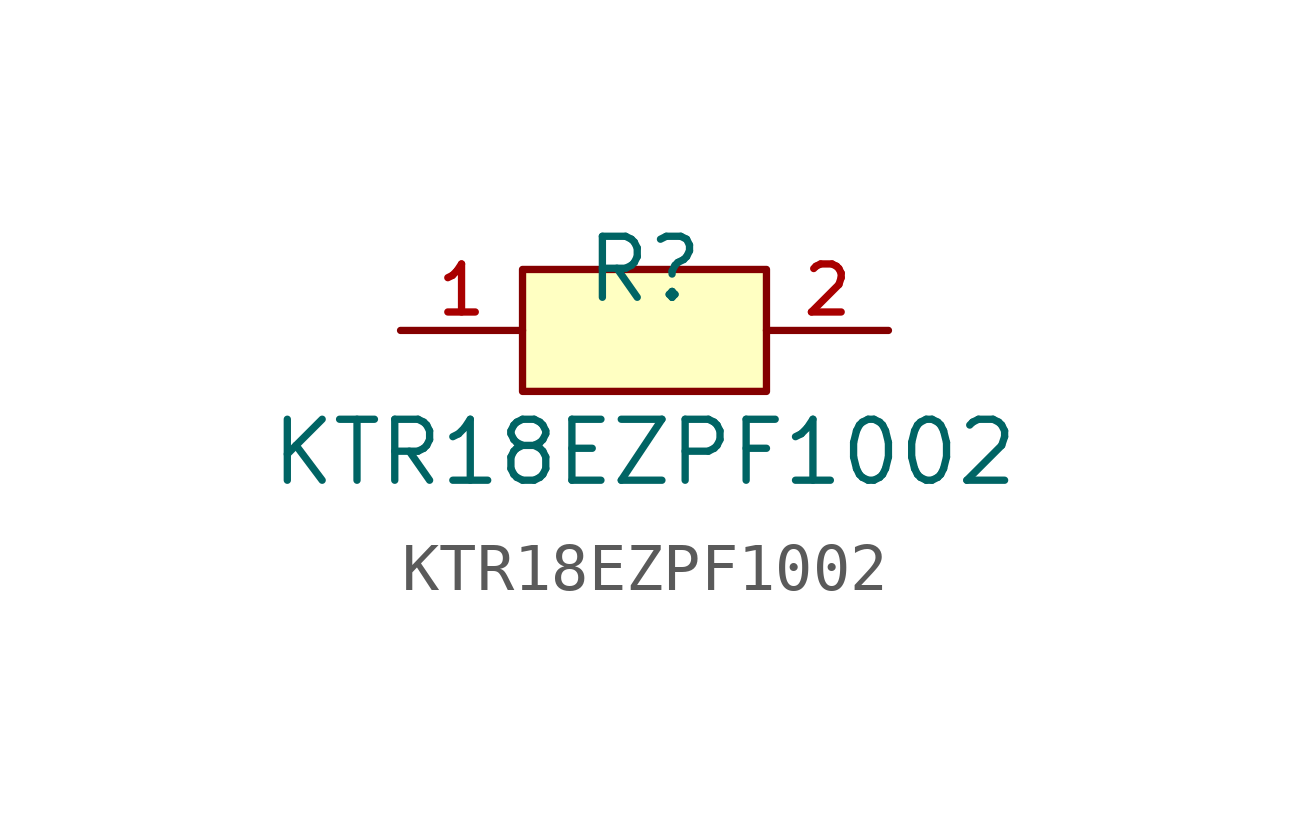
<source format=kicad_sym>
(kicad_symbol_lib
  (version 20210201)
  (generator TousstNicolas/JLC2KiCad_lib)
  (symbol "KTR18EZPF1002"
    (pin_names hide)
    (property "Reference" "R"
      (at 0 1.27 0)
      (effects (font (size 1.27 1.27))))
    (property "Value" "KTR18EZPF1002"
      (at 0 -2.54 0)
      (effects (font (size 1.27 1.27))))
    (symbol "KTR18EZPF1002_0_1"
      (rectangle (start -2.54 1.27) (end 2.54 -1.27) (stroke (width 0) (type default) (color 0 0 0 0)) (fill (type background)))
      (pin unspecified line (at 5.08 -0.0 180) (length 2.54) (name "2" (effects (font (size 1 1)))) (number "2" (effects (font (size 1 1)))))
      (pin unspecified line (at -5.08 -0.0 0) (length 2.54) (name "1" (effects (font (size 1 1)))) (number "1" (effects (font (size 1 1))))))))
</source>
